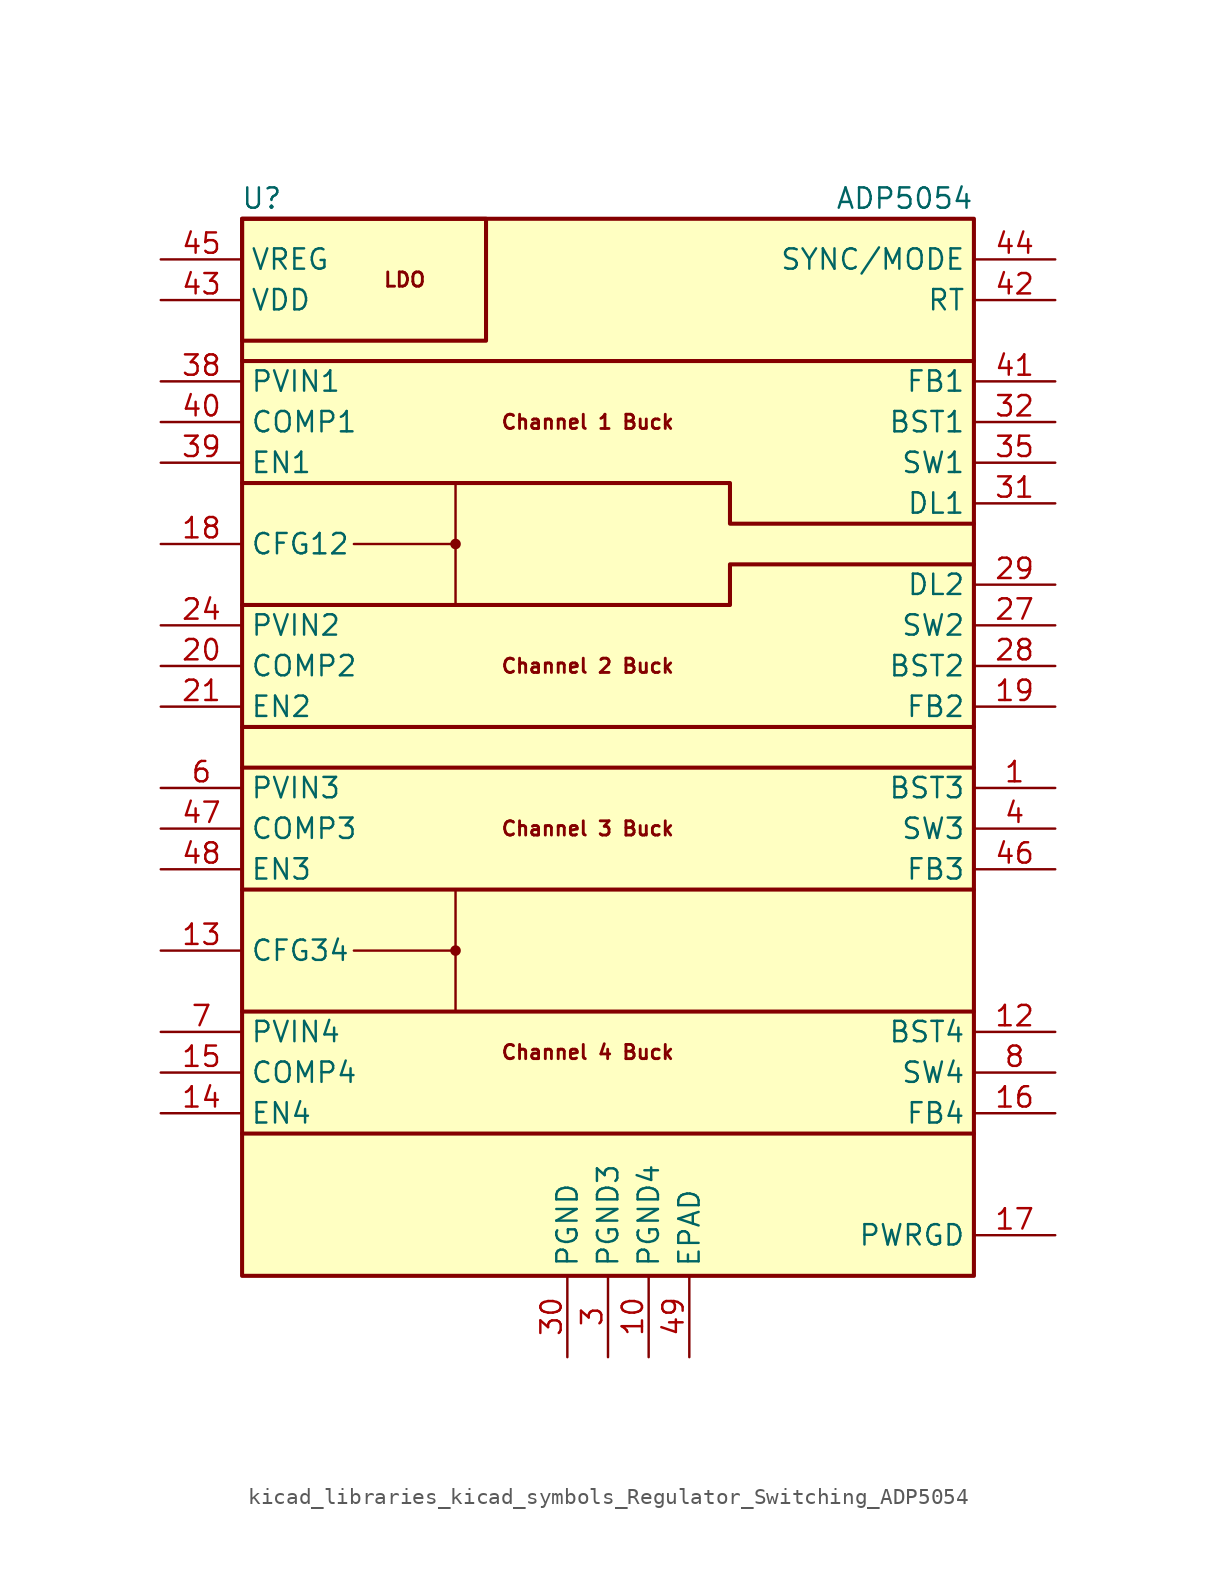
<source format=kicad_sym>
(kicad_symbol_lib
  (version 20220914)
  (generator kicad_symbol_editor)
  (symbol "kicad_libraries_kicad_symbols_Regulator_Switching_ADP5054"
    (property "Reference" "U"
      (at -20.32 24.13 0)
      (effects (font (size 1.27 1.27)) (justify right)))
    (property "Value" "ADP5054"
      (at 22.86 24.13 0)
      (effects (font (size 1.27 1.27)) (justify right)))
    (symbol "kicad_libraries_kicad_symbols_Regulator_Switching_ADP5054_0_0"
      (circle (center -9.525 -22.86) (radius 0.254) (stroke (width 0) (type default)) (fill (type outline)))
      (circle (center -9.525 2.54) (radius 0.254) (stroke (width 0) (type default)) (fill (type outline)))
      (polyline (pts (xy -22.86 -34.29) (xy 22.86 -34.29)) (stroke (width 0.254) (type default)) (fill (type none)))
      (polyline (pts (xy -22.86 -19.05) (xy 22.86 -19.05)) (stroke (width 0.254) (type default)) (fill (type none)))
      (polyline (pts (xy -9.525 -22.86) (xy -9.525 -19.05)) (stroke (width 0) (type default)) (fill (type none)))
      (polyline (pts (xy -9.525 2.54) (xy -9.525 6.35)) (stroke (width 0) (type default)) (fill (type none)))
      (polyline (pts (xy 22.86 -26.67) (xy -22.86 -26.67)) (stroke (width 0.254) (type default)) (fill (type none)))
      (polyline (pts (xy -15.875 -22.86) (xy -9.525 -22.86) (xy -9.525 -26.67)) (stroke (width 0) (type default)) (fill (type none)))
      (polyline (pts (xy -15.875 2.54) (xy -9.525 2.54) (xy -9.525 -1.27)) (stroke (width 0) (type default)) (fill (type none)))
      (polyline (pts (xy -22.86 6.35) (xy 7.62 6.35) (xy 7.62 3.81) (xy 22.86 3.81)) (stroke (width 0.254) (type default)) (fill (type none)))
      (polyline (pts (xy 22.86 1.27) (xy 7.62 1.27) (xy 7.62 -1.27) (xy -22.86 -1.27)) (stroke (width 0.254) (type default)) (fill (type none)))
      (text "Channel 1 Buck" (at -1.27 10.16 0) (effects (font (size 0.889 0.889) bold)))
      (text "Channel 2 Buck" (at -1.27 -5.08 0) (effects (font (size 0.889 0.889) bold)))
      (text "Channel 3 Buck" (at -1.27 -15.24 0) (effects (font (size 0.889 0.889) bold)))
      (text "Channel 4 Buck" (at -1.27 -29.21 0) (effects (font (size 0.889 0.889) bold)))
      (text "LDO" (at -12.7 19.05 0) (effects (font (size 0.889 0.889) bold))))
    (symbol "kicad_libraries_kicad_symbols_Regulator_Switching_ADP5054_0_1"
      (rectangle (start -22.86 16.51) (end -22.86 16.51) (stroke (width 0) (type default)) (fill (type none)))
      (rectangle (start -22.86 22.86) (end -7.62 15.24) (stroke (width 0.254) (type default)) (fill (type none)))
      (polyline (pts (xy -22.86 -8.89) (xy 22.86 -8.89)) (stroke (width 0.254) (type default)) (fill (type none)))
      (polyline (pts (xy 22.86 -11.43) (xy -22.86 -11.43)) (stroke (width 0.254) (type default)) (fill (type none)))
      (polyline (pts (xy 22.86 13.97) (xy -22.86 13.97)) (stroke (width 0.254) (type default)) (fill (type none))))
    (symbol "kicad_libraries_kicad_symbols_Regulator_Switching_ADP5054_1_1"
      (rectangle (start -22.86 22.86) (end 22.86 -43.18) (stroke (width 0.254) (type default)) (fill (type background)))
      (pin power_in line (at 27.94 -12.7 180) (length 5.08) (name "BST3" (effects (font (size 1.27 1.27)))) (number "1" (effects (font (size 1.27 1.27)))))
      (pin power_in line (at 2.54 -48.26 90) (length 5.08) (name "PGND4" (effects (font (size 1.27 1.27)))) (number "10" (effects (font (size 1.27 1.27)))))
      (pin passive line (at 2.54 -48.26 90) (length 5.08) hide (name "PGND4" (effects (font (size 1.27 1.27)))) (number "11" (effects (font (size 1.27 1.27)))))
      (pin power_in line (at 27.94 -27.94 180) (length 5.08) (name "BST4" (effects (font (size 1.27 1.27)))) (number "12" (effects (font (size 1.27 1.27)))))
      (pin input line (at -27.94 -22.86 0) (length 5.08) (name "CFG34" (effects (font (size 1.27 1.27)))) (number "13" (effects (font (size 1.27 1.27)))))
      (pin input line (at -27.94 -33.02 0) (length 5.08) (name "EN4" (effects (font (size 1.27 1.27)))) (number "14" (effects (font (size 1.27 1.27)))))
      (pin unspecified line (at -27.94 -30.48 0) (length 5.08) (name "COMP4" (effects (font (size 1.27 1.27)))) (number "15" (effects (font (size 1.27 1.27)))))
      (pin input line (at 27.94 -33.02 180) (length 5.08) (name "FB4" (effects (font (size 1.27 1.27)))) (number "16" (effects (font (size 1.27 1.27)))))
      (pin open_collector line (at 27.94 -40.64 180) (length 5.08) (name "PWRGD" (effects (font (size 1.27 1.27)))) (number "17" (effects (font (size 1.27 1.27)))))
      (pin input line (at -27.94 2.54 0) (length 5.08) (name "CFG12" (effects (font (size 1.27 1.27)))) (number "18" (effects (font (size 1.27 1.27)))))
      (pin input line (at 27.94 -7.62 180) (length 5.08) (name "FB2" (effects (font (size 1.27 1.27)))) (number "19" (effects (font (size 1.27 1.27)))))
      (pin passive line (at 0 -48.26 90) (length 5.08) hide (name "PGND3" (effects (font (size 1.27 1.27)))) (number "2" (effects (font (size 1.27 1.27)))))
      (pin unspecified line (at -27.94 -5.08 0) (length 5.08) (name "COMP2" (effects (font (size 1.27 1.27)))) (number "20" (effects (font (size 1.27 1.27)))))
      (pin input line (at -27.94 -7.62 0) (length 5.08) (name "EN2" (effects (font (size 1.27 1.27)))) (number "21" (effects (font (size 1.27 1.27)))))
      (pin passive line (at -27.94 -2.54 0) (length 5.08) hide (name "PVIN2" (effects (font (size 1.27 1.27)))) (number "22" (effects (font (size 1.27 1.27)))))
      (pin passive line (at -27.94 -2.54 0) (length 5.08) hide (name "PVIN2" (effects (font (size 1.27 1.27)))) (number "23" (effects (font (size 1.27 1.27)))))
      (pin power_in line (at -27.94 -2.54 0) (length 5.08) (name "PVIN2" (effects (font (size 1.27 1.27)))) (number "24" (effects (font (size 1.27 1.27)))))
      (pin passive line (at 27.94 -2.54 180) (length 5.08) hide (name "SW2" (effects (font (size 1.27 1.27)))) (number "25" (effects (font (size 1.27 1.27)))))
      (pin passive line (at 27.94 -2.54 180) (length 5.08) hide (name "SW2" (effects (font (size 1.27 1.27)))) (number "26" (effects (font (size 1.27 1.27)))))
      (pin power_out line (at 27.94 -2.54 180) (length 5.08) (name "SW2" (effects (font (size 1.27 1.27)))) (number "27" (effects (font (size 1.27 1.27)))))
      (pin power_in line (at 27.94 -5.08 180) (length 5.08) (name "BST2" (effects (font (size 1.27 1.27)))) (number "28" (effects (font (size 1.27 1.27)))))
      (pin output line (at 27.94 0 180) (length 5.08) (name "DL2" (effects (font (size 1.27 1.27)))) (number "29" (effects (font (size 1.27 1.27)))))
      (pin power_in line (at 0 -48.26 90) (length 5.08) (name "PGND3" (effects (font (size 1.27 1.27)))) (number "3" (effects (font (size 1.27 1.27)))))
      (pin power_in line (at -2.54 -48.26 90) (length 5.08) (name "PGND" (effects (font (size 1.27 1.27)))) (number "30" (effects (font (size 1.27 1.27)))))
      (pin output line (at 27.94 5.08 180) (length 5.08) (name "DL1" (effects (font (size 1.27 1.27)))) (number "31" (effects (font (size 1.27 1.27)))))
      (pin power_in line (at 27.94 10.16 180) (length 5.08) (name "BST1" (effects (font (size 1.27 1.27)))) (number "32" (effects (font (size 1.27 1.27)))))
      (pin passive line (at 27.94 7.62 180) (length 5.08) hide (name "SW1" (effects (font (size 1.27 1.27)))) (number "33" (effects (font (size 1.27 1.27)))))
      (pin passive line (at 27.94 7.62 180) (length 5.08) hide (name "SW1" (effects (font (size 1.27 1.27)))) (number "34" (effects (font (size 1.27 1.27)))))
      (pin power_out line (at 27.94 7.62 180) (length 5.08) (name "SW1" (effects (font (size 1.27 1.27)))) (number "35" (effects (font (size 1.27 1.27)))))
      (pin passive line (at -27.94 12.7 0) (length 5.08) hide (name "PVIN1" (effects (font (size 1.27 1.27)))) (number "36" (effects (font (size 1.27 1.27)))))
      (pin passive line (at -27.94 12.7 0) (length 5.08) hide (name "PVIN1" (effects (font (size 1.27 1.27)))) (number "37" (effects (font (size 1.27 1.27)))))
      (pin power_in line (at -27.94 12.7 0) (length 5.08) (name "PVIN1" (effects (font (size 1.27 1.27)))) (number "38" (effects (font (size 1.27 1.27)))))
      (pin input line (at -27.94 7.62 0) (length 5.08) (name "EN1" (effects (font (size 1.27 1.27)))) (number "39" (effects (font (size 1.27 1.27)))))
      (pin power_out line (at 27.94 -15.24 180) (length 5.08) (name "SW3" (effects (font (size 1.27 1.27)))) (number "4" (effects (font (size 1.27 1.27)))))
      (pin unspecified line (at -27.94 10.16 0) (length 5.08) (name "COMP1" (effects (font (size 1.27 1.27)))) (number "40" (effects (font (size 1.27 1.27)))))
      (pin input line (at 27.94 12.7 180) (length 5.08) (name "FB1" (effects (font (size 1.27 1.27)))) (number "41" (effects (font (size 1.27 1.27)))))
      (pin unspecified line (at 27.94 17.78 180) (length 5.08) (name "RT" (effects (font (size 1.27 1.27)))) (number "42" (effects (font (size 1.27 1.27)))))
      (pin power_out line (at -27.94 17.78 0) (length 5.08) (name "VDD" (effects (font (size 1.27 1.27)))) (number "43" (effects (font (size 1.27 1.27)))))
      (pin unspecified line (at 27.94 20.32 180) (length 5.08) (name "SYNC/MODE" (effects (font (size 1.27 1.27)))) (number "44" (effects (font (size 1.27 1.27)))))
      (pin power_out line (at -27.94 20.32 0) (length 5.08) (name "VREG" (effects (font (size 1.27 1.27)))) (number "45" (effects (font (size 1.27 1.27)))))
      (pin input line (at 27.94 -17.78 180) (length 5.08) (name "FB3" (effects (font (size 1.27 1.27)))) (number "46" (effects (font (size 1.27 1.27)))))
      (pin unspecified line (at -27.94 -15.24 0) (length 5.08) (name "COMP3" (effects (font (size 1.27 1.27)))) (number "47" (effects (font (size 1.27 1.27)))))
      (pin input line (at -27.94 -17.78 0) (length 5.08) (name "EN3" (effects (font (size 1.27 1.27)))) (number "48" (effects (font (size 1.27 1.27)))))
      (pin power_in line (at 5.08 -48.26 90) (length 5.08) (name "EPAD" (effects (font (size 1.27 1.27)))) (number "49" (effects (font (size 1.27 1.27)))))
      (pin passive line (at 27.94 -15.24 180) (length 5.08) hide (name "SW3" (effects (font (size 1.27 1.27)))) (number "5" (effects (font (size 1.27 1.27)))))
      (pin power_in line (at -27.94 -12.7 0) (length 5.08) (name "PVIN3" (effects (font (size 1.27 1.27)))) (number "6" (effects (font (size 1.27 1.27)))))
      (pin power_in line (at -27.94 -27.94 0) (length 5.08) (name "PVIN4" (effects (font (size 1.27 1.27)))) (number "7" (effects (font (size 1.27 1.27)))))
      (pin power_out line (at 27.94 -30.48 180) (length 5.08) (name "SW4" (effects (font (size 1.27 1.27)))) (number "8" (effects (font (size 1.27 1.27)))))
      (pin passive line (at 27.94 -30.48 180) (length 5.08) hide (name "SW4" (effects (font (size 1.27 1.27)))) (number "9" (effects (font (size 1.27 1.27))))))))
</source>
